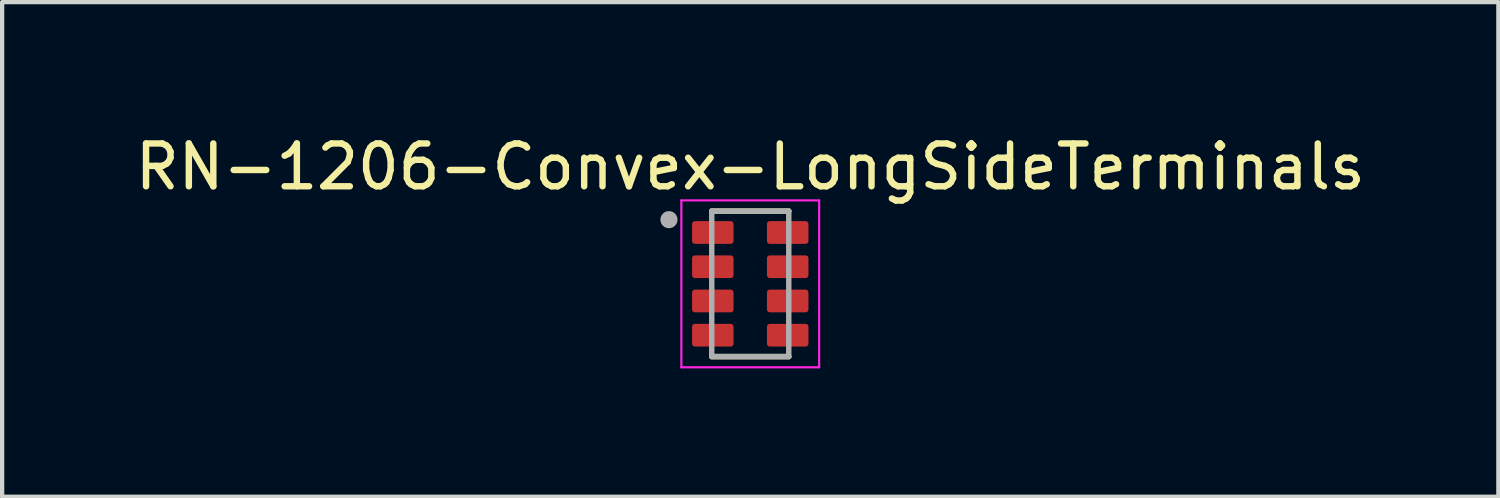
<source format=kicad_pcb>
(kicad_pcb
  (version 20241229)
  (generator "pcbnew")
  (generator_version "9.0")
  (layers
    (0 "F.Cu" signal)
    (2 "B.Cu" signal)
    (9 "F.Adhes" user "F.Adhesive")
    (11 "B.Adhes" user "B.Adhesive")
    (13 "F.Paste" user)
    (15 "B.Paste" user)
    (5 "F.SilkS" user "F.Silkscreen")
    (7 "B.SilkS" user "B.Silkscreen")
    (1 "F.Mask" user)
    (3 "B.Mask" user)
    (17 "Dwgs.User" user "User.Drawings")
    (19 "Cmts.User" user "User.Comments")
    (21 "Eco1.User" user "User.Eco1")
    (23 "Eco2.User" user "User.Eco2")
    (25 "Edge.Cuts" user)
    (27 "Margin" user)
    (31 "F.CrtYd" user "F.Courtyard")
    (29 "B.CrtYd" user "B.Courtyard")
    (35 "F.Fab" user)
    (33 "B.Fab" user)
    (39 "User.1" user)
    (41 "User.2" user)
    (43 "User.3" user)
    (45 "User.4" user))
  (footprint "RN-1206-Convex-LongSideTerminals"
    (layer "F.Cu")
    (at 14.482 3.583)
    (property "Reference" "RN-1206-Convex-LongSideTerminals" (at 0 -2.735 0) (layer "F.SilkS") (effects (font (size 1 1) (thickness 0.15))))
    (attr smd)
    (fp_line (start -0.9 -1.7) (end 0.9 -1.7) (stroke (width 0.127) (type solid)) (layer "F.SilkS"))
    (fp_line (start 0.9 1.7) (end -0.9 1.7) (stroke (width 0.127) (type solid)) (layer "F.SilkS"))
    (fp_line (start -1.61 -1.95) (end 1.61 -1.95) (stroke (width 0.05) (type solid)) (layer "F.CrtYd"))
    (fp_line (start -1.61 1.95) (end -1.61 -1.95) (stroke (width 0.05) (type solid)) (layer "F.CrtYd"))
    (fp_line (start 1.61 -1.95) (end 1.61 1.95) (stroke (width 0.05) (type solid)) (layer "F.CrtYd"))
    (fp_line (start 1.61 1.95) (end -1.61 1.95) (stroke (width 0.05) (type solid)) (layer "F.CrtYd"))
    (fp_line (start -0.9 -1.7) (end 0.9 -1.7) (stroke (width 0.127) (type solid)) (layer "F.Fab"))
    (fp_line (start -0.9 1.7) (end -0.9 -1.7) (stroke (width 0.127) (type solid)) (layer "F.Fab"))
    (fp_line (start 0.9 -1.7) (end 0.9 1.7) (stroke (width 0.127) (type solid)) (layer "F.Fab"))
    (fp_line (start 0.9 1.7) (end -0.9 1.7) (stroke (width 0.127) (type solid)) (layer "F.Fab"))
    (fp_circle (center -1.9 -1.5) (end -1.8 -1.5) (stroke (width 0.2) (type solid)) (fill no) (layer "F.Fab"))
    (pad "1" smd roundrect (at -0.875 -1.2) (size 0.97 0.53) (layers "F.Cu" "F.Mask" "F.Paste") (roundrect_rratio 0.125))
    (pad "2" smd roundrect (at -0.875 -0.4) (size 0.97 0.53) (layers "F.Cu" "F.Mask" "F.Paste") (roundrect_rratio 0.125))
    (pad "3" smd roundrect (at -0.875 0.4) (size 0.97 0.53) (layers "F.Cu" "F.Mask" "F.Paste") (roundrect_rratio 0.125))
    (pad "4" smd roundrect (at -0.875 1.2) (size 0.97 0.53) (layers "F.Cu" "F.Mask" "F.Paste") (roundrect_rratio 0.125))
    (pad "5" smd roundrect (at 0.875 1.2) (size 0.97 0.53) (layers "F.Cu" "F.Mask" "F.Paste") (roundrect_rratio 0.125))
    (pad "6" smd roundrect (at 0.875 0.4) (size 0.97 0.53) (layers "F.Cu" "F.Mask" "F.Paste") (roundrect_rratio 0.125))
    (pad "7" smd roundrect (at 0.875 -0.4) (size 0.97 0.53) (layers "F.Cu" "F.Mask" "F.Paste") (roundrect_rratio 0.125))
    (pad "8" smd roundrect (at 0.875 -1.2) (size 0.97 0.53) (layers "F.Cu" "F.Mask" "F.Paste") (roundrect_rratio 0.125)))
  (gr_rect
    (start -3 -3)
    (end 31.964 8.558)
    (stroke (width 0.1) (type default))
    (fill no)
    (layer "Edge.Cuts")))
</source>
